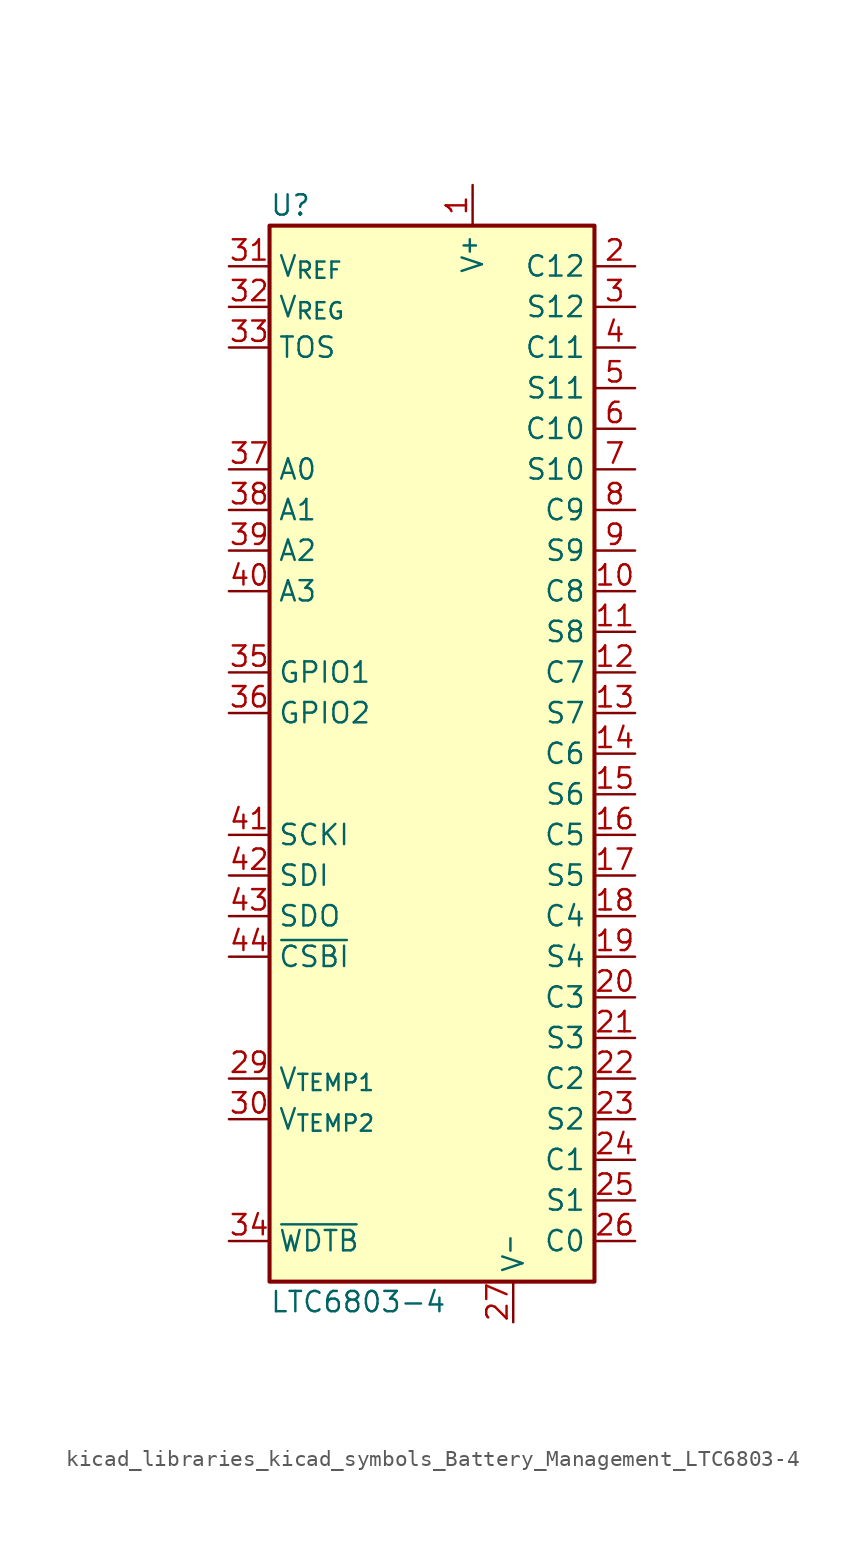
<source format=kicad_sym>
(kicad_symbol_lib
  (version 20220914)
  (generator kicad_symbol_editor)
  (symbol "kicad_libraries_kicad_symbols_Battery_Management_LTC6803-4"
    (property "Reference" "U"
      (at -10.16 34.29 0)
      (effects (font (size 1.27 1.27)) (justify left)))
    (property "Value" "LTC6803-4"
      (at -10.16 -34.29 0)
      (effects (font (size 1.27 1.27)) (justify left)))
    (symbol "kicad_libraries_kicad_symbols_Battery_Management_LTC6803-4_0_1"
      (rectangle (start 10.16 -33.02) (end -10.16 33.02) (stroke (width 0.254) (type default)) (fill (type background))))
    (symbol "kicad_libraries_kicad_symbols_Battery_Management_LTC6803-4_1_1"
      (pin input line (at 2.54 35.56 270) (length 2.54) (name "V^{+}" (effects (font (size 1.27 1.27)))) (number "1" (effects (font (size 1.27 1.27)))))
      (pin input line (at 12.7 10.16 180) (length 2.54) (name "C8" (effects (font (size 1.27 1.27)))) (number "10" (effects (font (size 1.27 1.27)))))
      (pin input line (at 12.7 7.62 180) (length 2.54) (name "S8" (effects (font (size 1.27 1.27)))) (number "11" (effects (font (size 1.27 1.27)))))
      (pin input line (at 12.7 5.08 180) (length 2.54) (name "C7" (effects (font (size 1.27 1.27)))) (number "12" (effects (font (size 1.27 1.27)))))
      (pin input line (at 12.7 2.54 180) (length 2.54) (name "S7" (effects (font (size 1.27 1.27)))) (number "13" (effects (font (size 1.27 1.27)))))
      (pin input line (at 12.7 0 180) (length 2.54) (name "C6" (effects (font (size 1.27 1.27)))) (number "14" (effects (font (size 1.27 1.27)))))
      (pin input line (at 12.7 -2.54 180) (length 2.54) (name "S6" (effects (font (size 1.27 1.27)))) (number "15" (effects (font (size 1.27 1.27)))))
      (pin input line (at 12.7 -5.08 180) (length 2.54) (name "C5" (effects (font (size 1.27 1.27)))) (number "16" (effects (font (size 1.27 1.27)))))
      (pin input line (at 12.7 -7.62 180) (length 2.54) (name "S5" (effects (font (size 1.27 1.27)))) (number "17" (effects (font (size 1.27 1.27)))))
      (pin input line (at 12.7 -10.16 180) (length 2.54) (name "C4" (effects (font (size 1.27 1.27)))) (number "18" (effects (font (size 1.27 1.27)))))
      (pin input line (at 12.7 -12.7 180) (length 2.54) (name "S4" (effects (font (size 1.27 1.27)))) (number "19" (effects (font (size 1.27 1.27)))))
      (pin input line (at 12.7 30.48 180) (length 2.54) (name "C12" (effects (font (size 1.27 1.27)))) (number "2" (effects (font (size 1.27 1.27)))))
      (pin input line (at 12.7 -15.24 180) (length 2.54) (name "C3" (effects (font (size 1.27 1.27)))) (number "20" (effects (font (size 1.27 1.27)))))
      (pin input line (at 12.7 -17.78 180) (length 2.54) (name "S3" (effects (font (size 1.27 1.27)))) (number "21" (effects (font (size 1.27 1.27)))))
      (pin input line (at 12.7 -20.32 180) (length 2.54) (name "C2" (effects (font (size 1.27 1.27)))) (number "22" (effects (font (size 1.27 1.27)))))
      (pin input line (at 12.7 -22.86 180) (length 2.54) (name "S2" (effects (font (size 1.27 1.27)))) (number "23" (effects (font (size 1.27 1.27)))))
      (pin input line (at 12.7 -25.4 180) (length 2.54) (name "C1" (effects (font (size 1.27 1.27)))) (number "24" (effects (font (size 1.27 1.27)))))
      (pin input line (at 12.7 -27.94 180) (length 2.54) (name "S1" (effects (font (size 1.27 1.27)))) (number "25" (effects (font (size 1.27 1.27)))))
      (pin input line (at 12.7 -30.48 180) (length 2.54) (name "C0" (effects (font (size 1.27 1.27)))) (number "26" (effects (font (size 1.27 1.27)))))
      (pin input line (at 5.08 -35.56 90) (length 2.54) (name "V^{-}" (effects (font (size 1.27 1.27)))) (number "27" (effects (font (size 1.27 1.27)))))
      (pin no_connect line (at 0 33.02 270) (length 2.54) hide (name "NC" (effects (font (size 1.27 1.27)))) (number "28" (effects (font (size 1.27 1.27)))))
      (pin input line (at -12.7 -20.32 0) (length 2.54) (name "V_{TEMP1}" (effects (font (size 1.27 1.27)))) (number "29" (effects (font (size 1.27 1.27)))))
      (pin input line (at 12.7 27.94 180) (length 2.54) (name "S12" (effects (font (size 1.27 1.27)))) (number "3" (effects (font (size 1.27 1.27)))))
      (pin input line (at -12.7 -22.86 0) (length 2.54) (name "V_{TEMP2}" (effects (font (size 1.27 1.27)))) (number "30" (effects (font (size 1.27 1.27)))))
      (pin input line (at -12.7 30.48 0) (length 2.54) (name "V_{REF}" (effects (font (size 1.27 1.27)))) (number "31" (effects (font (size 1.27 1.27)))))
      (pin input line (at -12.7 27.94 0) (length 2.54) (name "V_{REG}" (effects (font (size 1.27 1.27)))) (number "32" (effects (font (size 1.27 1.27)))))
      (pin input line (at -12.7 25.4 0) (length 2.54) (name "TOS" (effects (font (size 1.27 1.27)))) (number "33" (effects (font (size 1.27 1.27)))))
      (pin open_collector line (at -12.7 -30.48 0) (length 2.54) (name "~{WDTB}" (effects (font (size 1.27 1.27)))) (number "34" (effects (font (size 1.27 1.27)))))
      (pin input line (at -12.7 5.08 0) (length 2.54) (name "GPIO1" (effects (font (size 1.27 1.27)))) (number "35" (effects (font (size 1.27 1.27)))))
      (pin input line (at -12.7 2.54 0) (length 2.54) (name "GPIO2" (effects (font (size 1.27 1.27)))) (number "36" (effects (font (size 1.27 1.27)))))
      (pin input line (at -12.7 17.78 0) (length 2.54) (name "A0" (effects (font (size 1.27 1.27)))) (number "37" (effects (font (size 1.27 1.27)))))
      (pin input line (at -12.7 15.24 0) (length 2.54) (name "A1" (effects (font (size 1.27 1.27)))) (number "38" (effects (font (size 1.27 1.27)))))
      (pin input line (at -12.7 12.7 0) (length 2.54) (name "A2" (effects (font (size 1.27 1.27)))) (number "39" (effects (font (size 1.27 1.27)))))
      (pin input line (at 12.7 25.4 180) (length 2.54) (name "C11" (effects (font (size 1.27 1.27)))) (number "4" (effects (font (size 1.27 1.27)))))
      (pin input line (at -12.7 10.16 0) (length 2.54) (name "A3" (effects (font (size 1.27 1.27)))) (number "40" (effects (font (size 1.27 1.27)))))
      (pin input line (at -12.7 -5.08 0) (length 2.54) (name "SCKI" (effects (font (size 1.27 1.27)))) (number "41" (effects (font (size 1.27 1.27)))))
      (pin input line (at -12.7 -7.62 0) (length 2.54) (name "SDI" (effects (font (size 1.27 1.27)))) (number "42" (effects (font (size 1.27 1.27)))))
      (pin open_collector line (at -12.7 -10.16 0) (length 2.54) (name "SDO" (effects (font (size 1.27 1.27)))) (number "43" (effects (font (size 1.27 1.27)))))
      (pin input line (at -12.7 -12.7 0) (length 2.54) (name "~{CSBI}" (effects (font (size 1.27 1.27)))) (number "44" (effects (font (size 1.27 1.27)))))
      (pin input line (at 12.7 22.86 180) (length 2.54) (name "S11" (effects (font (size 1.27 1.27)))) (number "5" (effects (font (size 1.27 1.27)))))
      (pin input line (at 12.7 20.32 180) (length 2.54) (name "C10" (effects (font (size 1.27 1.27)))) (number "6" (effects (font (size 1.27 1.27)))))
      (pin input line (at 12.7 17.78 180) (length 2.54) (name "S10" (effects (font (size 1.27 1.27)))) (number "7" (effects (font (size 1.27 1.27)))))
      (pin input line (at 12.7 15.24 180) (length 2.54) (name "C9" (effects (font (size 1.27 1.27)))) (number "8" (effects (font (size 1.27 1.27)))))
      (pin input line (at 12.7 12.7 180) (length 2.54) (name "S9" (effects (font (size 1.27 1.27)))) (number "9" (effects (font (size 1.27 1.27))))))))
</source>
